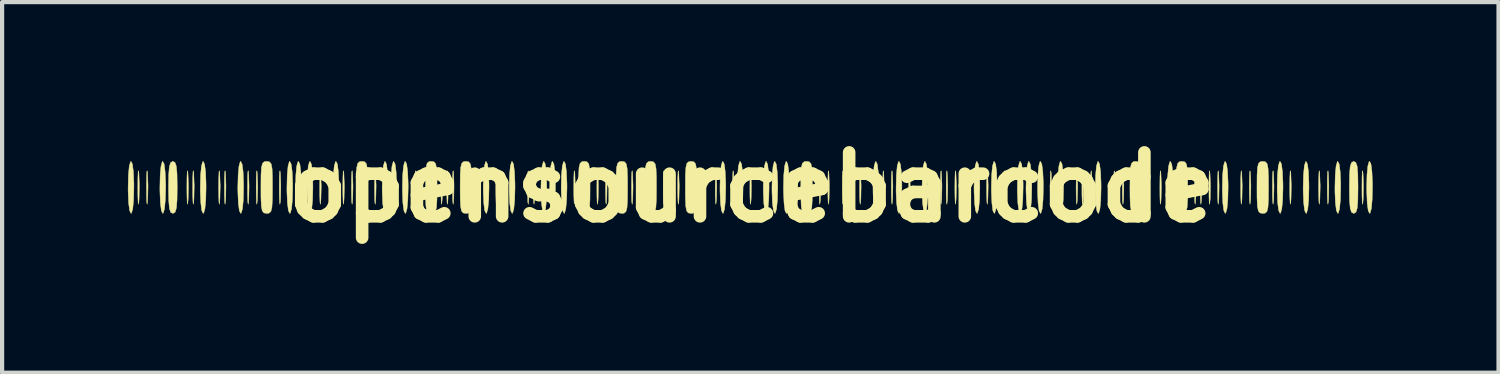
<source format=kicad_pcb>
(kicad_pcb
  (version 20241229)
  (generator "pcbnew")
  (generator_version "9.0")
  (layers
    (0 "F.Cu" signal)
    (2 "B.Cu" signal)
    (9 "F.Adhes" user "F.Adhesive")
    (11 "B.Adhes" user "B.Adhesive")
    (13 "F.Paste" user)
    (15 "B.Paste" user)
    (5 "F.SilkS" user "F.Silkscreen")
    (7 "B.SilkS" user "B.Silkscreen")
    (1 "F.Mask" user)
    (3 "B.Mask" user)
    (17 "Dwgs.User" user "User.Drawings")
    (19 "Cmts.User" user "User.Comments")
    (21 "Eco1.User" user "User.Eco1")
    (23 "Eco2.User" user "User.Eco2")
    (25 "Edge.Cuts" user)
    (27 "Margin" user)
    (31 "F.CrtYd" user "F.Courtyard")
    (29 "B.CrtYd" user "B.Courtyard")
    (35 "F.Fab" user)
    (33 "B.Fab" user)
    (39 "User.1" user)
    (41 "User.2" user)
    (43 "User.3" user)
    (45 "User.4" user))
  (footprint "opensourcebarcode"
    (layer "F.Cu")
    (at 14.873 1.418)
    (property "Reference" "opensourcebarcode" (at 0 0 0) (layer "F.SilkS") (effects (font (size 1.524 1.524) (thickness 0.3))))
    (attr through_hole)
    (fp_poly (pts (xy -14.611 -0.327) (xy -14.601 -0.038) (xy -14.607 0.265) (xy -14.611 0.327) (xy -14.622 0.403) (xy -14.63 0.354) (xy -14.636 0.194) (xy -14.637 0) (xy -14.635 -0.239) (xy -14.629 -0.376) (xy -14.62 -0.397) (xy -14.611 -0.327)) (stroke (width 0.01) (type solid)) (fill yes) (layer "F.SilkS"))
    (fp_poly (pts (xy -14.405 -0.327) (xy -14.394 -0.038) (xy -14.401 0.265) (xy -14.405 0.327) (xy -14.415 0.403) (xy -14.424 0.354) (xy -14.429 0.194) (xy -14.43 0) (xy -14.428 -0.239) (xy -14.422 -0.376) (xy -14.413 -0.397) (xy -14.405 -0.327)) (stroke (width 0.01) (type solid)) (fill yes) (layer "F.SilkS"))
    (fp_poly (pts (xy -13.441 -0.327) (xy -13.43 -0.038) (xy -13.437 0.265) (xy -13.441 0.327) (xy -13.452 0.403) (xy -13.46 0.354) (xy -13.465 0.194) (xy -13.467 0) (xy -13.465 -0.239) (xy -13.458 -0.376) (xy -13.449 -0.397) (xy -13.441 -0.327)) (stroke (width 0.01) (type solid)) (fill yes) (layer "F.SilkS"))
    (fp_poly (pts (xy -13.303 -0.327) (xy -13.293 -0.038) (xy -13.299 0.265) (xy -13.303 0.327) (xy -13.314 0.403) (xy -13.322 0.354) (xy -13.328 0.194) (xy -13.329 0) (xy -13.327 -0.239) (xy -13.321 -0.376) (xy -13.312 -0.397) (xy -13.303 -0.327)) (stroke (width 0.01) (type solid)) (fill yes) (layer "F.SilkS"))
    (fp_poly (pts (xy -12.684 -0.327) (xy -12.673 -0.038) (xy -12.68 0.265) (xy -12.684 0.327) (xy -12.694 0.403) (xy -12.703 0.354) (xy -12.708 0.194) (xy -12.71 0) (xy -12.707 -0.239) (xy -12.701 -0.376) (xy -12.692 -0.397) (xy -12.684 -0.327)) (stroke (width 0.01) (type solid)) (fill yes) (layer "F.SilkS"))
    (fp_poly (pts (xy -12.546 -0.327) (xy -12.536 -0.038) (xy -12.542 0.265) (xy -12.546 0.327) (xy -12.557 0.403) (xy -12.565 0.354) (xy -12.571 0.194) (xy -12.572 0) (xy -12.57 -0.239) (xy -12.564 -0.376) (xy -12.554 -0.397) (xy -12.546 -0.327)) (stroke (width 0.01) (type solid)) (fill yes) (layer "F.SilkS"))
    (fp_poly (pts (xy -11.995 -0.327) (xy -11.985 -0.038) (xy -11.991 0.265) (xy -11.995 0.327) (xy -12.006 0.403) (xy -12.014 0.354) (xy -12.02 0.194) (xy -12.021 0) (xy -12.019 -0.239) (xy -12.013 -0.376) (xy -12.004 -0.397) (xy -11.995 -0.327)) (stroke (width 0.01) (type solid)) (fill yes) (layer "F.SilkS"))
    (fp_poly (pts (xy -11.789 -0.327) (xy -11.778 -0.038) (xy -11.785 0.265) (xy -11.789 0.327) (xy -11.8 0.403) (xy -11.808 0.354) (xy -11.813 0.194) (xy -11.815 0) (xy -11.812 -0.239) (xy -11.806 -0.376) (xy -11.797 -0.397) (xy -11.789 -0.327)) (stroke (width 0.01) (type solid)) (fill yes) (layer "F.SilkS"))
    (fp_poly (pts (xy -11.238 -0.327) (xy -11.228 -0.038) (xy -11.234 0.265) (xy -11.238 0.327) (xy -11.249 0.403) (xy -11.257 0.354) (xy -11.263 0.194) (xy -11.264 0) (xy -11.262 -0.239) (xy -11.256 -0.376) (xy -11.247 -0.397) (xy -11.238 -0.327)) (stroke (width 0.01) (type solid)) (fill yes) (layer "F.SilkS"))
    (fp_poly (pts (xy -10.275 -0.327) (xy -10.264 -0.038) (xy -10.271 0.265) (xy -10.275 0.327) (xy -10.285 0.403) (xy -10.294 0.354) (xy -10.299 0.194) (xy -10.3 0) (xy -10.298 -0.239) (xy -10.292 -0.376) (xy -10.283 -0.397) (xy -10.275 -0.327)) (stroke (width 0.01) (type solid)) (fill yes) (layer "F.SilkS"))
    (fp_poly (pts (xy -9.724 -0.327) (xy -9.713 -0.038) (xy -9.72 0.265) (xy -9.724 0.327) (xy -9.734 0.403) (xy -9.743 0.354) (xy -9.748 0.194) (xy -9.75 0) (xy -9.747 -0.239) (xy -9.741 -0.376) (xy -9.732 -0.397) (xy -9.724 -0.327)) (stroke (width 0.01) (type solid)) (fill yes) (layer "F.SilkS"))
    (fp_poly (pts (xy -9.517 -0.327) (xy -9.507 -0.038) (xy -9.513 0.265) (xy -9.517 0.327) (xy -9.528 0.403) (xy -9.536 0.354) (xy -9.542 0.194) (xy -9.543 0) (xy -9.541 -0.239) (xy -9.535 -0.376) (xy -9.526 -0.397) (xy -9.517 -0.327)) (stroke (width 0.01) (type solid)) (fill yes) (layer "F.SilkS"))
    (fp_poly (pts (xy -8.967 -0.327) (xy -8.956 -0.038) (xy -8.963 0.265) (xy -8.967 0.327) (xy -8.977 0.403) (xy -8.986 0.354) (xy -8.991 0.194) (xy -8.993 0) (xy -8.99 -0.239) (xy -8.984 -0.376) (xy -8.975 -0.397) (xy -8.967 -0.327)) (stroke (width 0.01) (type solid)) (fill yes) (layer "F.SilkS"))
    (fp_poly (pts (xy -8.003 -0.327) (xy -7.993 -0.038) (xy -7.999 0.265) (xy -8.003 0.327) (xy -8.014 0.403) (xy -8.022 0.354) (xy -8.027 0.194) (xy -8.029 0) (xy -8.027 -0.239) (xy -8.02 -0.376) (xy -8.011 -0.397) (xy -8.003 -0.327)) (stroke (width 0.01) (type solid)) (fill yes) (layer "F.SilkS"))
    (fp_poly (pts (xy -7.384 -0.327) (xy -7.373 -0.038) (xy -7.379 0.265) (xy -7.384 0.327) (xy -7.394 0.403) (xy -7.403 0.354) (xy -7.408 0.194) (xy -7.409 0) (xy -7.407 -0.239) (xy -7.401 -0.376) (xy -7.392 -0.397) (xy -7.384 -0.327)) (stroke (width 0.01) (type solid)) (fill yes) (layer "F.SilkS"))
    (fp_poly (pts (xy -7.246 -0.327) (xy -7.235 -0.038) (xy -7.242 0.265) (xy -7.246 0.327) (xy -7.256 0.403) (xy -7.265 0.354) (xy -7.27 0.194) (xy -7.272 0) (xy -7.269 -0.239) (xy -7.263 -0.376) (xy -7.254 -0.397) (xy -7.246 -0.327)) (stroke (width 0.01) (type solid)) (fill yes) (layer "F.SilkS"))
    (fp_poly (pts (xy -7.108 -0.327) (xy -7.098 -0.038) (xy -7.104 0.265) (xy -7.108 0.327) (xy -7.119 0.403) (xy -7.127 0.354) (xy -7.133 0.194) (xy -7.134 0) (xy -7.132 -0.239) (xy -7.126 -0.376) (xy -7.117 -0.397) (xy -7.108 -0.327)) (stroke (width 0.01) (type solid)) (fill yes) (layer "F.SilkS"))
    (fp_poly (pts (xy -6.489 -0.327) (xy -6.478 -0.038) (xy -6.485 0.265) (xy -6.489 0.327) (xy -6.499 0.403) (xy -6.508 0.354) (xy -6.513 0.194) (xy -6.514 0) (xy -6.512 -0.239) (xy -6.506 -0.376) (xy -6.497 -0.397) (xy -6.489 -0.327)) (stroke (width 0.01) (type solid)) (fill yes) (layer "F.SilkS"))
    (fp_poly (pts (xy -6.076 -0.327) (xy -6.065 -0.038) (xy -6.072 0.265) (xy -6.076 0.327) (xy -6.086 0.403) (xy -6.095 0.354) (xy -6.1 0.194) (xy -6.101 0) (xy -6.099 -0.239) (xy -6.093 -0.376) (xy -6.084 -0.397) (xy -6.076 -0.327)) (stroke (width 0.01) (type solid)) (fill yes) (layer "F.SilkS"))
    (fp_poly (pts (xy -5.319 -0.327) (xy -5.308 -0.038) (xy -5.314 0.265) (xy -5.319 0.327) (xy -5.329 0.403) (xy -5.338 0.354) (xy -5.343 0.194) (xy -5.344 0) (xy -5.342 -0.239) (xy -5.336 -0.376) (xy -5.327 -0.397) (xy -5.319 -0.327)) (stroke (width 0.01) (type solid)) (fill yes) (layer "F.SilkS"))
    (fp_poly (pts (xy -5.181 -0.327) (xy -5.17 -0.038) (xy -5.177 0.265) (xy -5.181 0.327) (xy -5.191 0.403) (xy -5.2 0.354) (xy -5.205 0.194) (xy -5.207 0) (xy -5.204 -0.239) (xy -5.198 -0.376) (xy -5.189 -0.397) (xy -5.181 -0.327)) (stroke (width 0.01) (type solid)) (fill yes) (layer "F.SilkS"))
    (fp_poly (pts (xy -4.217 -0.327) (xy -4.207 -0.038) (xy -4.213 0.265) (xy -4.217 0.327) (xy -4.228 0.403) (xy -4.236 0.354) (xy -4.242 0.194) (xy -4.243 0) (xy -4.241 -0.239) (xy -4.235 -0.376) (xy -4.225 -0.397) (xy -4.217 -0.327)) (stroke (width 0.01) (type solid)) (fill yes) (layer "F.SilkS"))
    (fp_poly (pts (xy -3.666 -0.327) (xy -3.656 -0.038) (xy -3.662 0.265) (xy -3.666 0.327) (xy -3.677 0.403) (xy -3.686 0.354) (xy -3.691 0.194) (xy -3.692 0) (xy -3.69 -0.239) (xy -3.684 -0.376) (xy -3.675 -0.397) (xy -3.666 -0.327)) (stroke (width 0.01) (type solid)) (fill yes) (layer "F.SilkS"))
    (fp_poly (pts (xy -3.46 -0.327) (xy -3.449 -0.038) (xy -3.456 0.265) (xy -3.46 0.327) (xy -3.471 0.403) (xy -3.479 0.354) (xy -3.484 0.194) (xy -3.486 0) (xy -3.483 -0.239) (xy -3.477 -0.376) (xy -3.468 -0.397) (xy -3.46 -0.327)) (stroke (width 0.01) (type solid)) (fill yes) (layer "F.SilkS"))
    (fp_poly (pts (xy -2.84 -0.327) (xy -2.83 -0.038) (xy -2.836 0.265) (xy -2.84 0.327) (xy -2.851 0.403) (xy -2.859 0.354) (xy -2.865 0.194) (xy -2.866 0) (xy -2.864 -0.239) (xy -2.858 -0.376) (xy -2.849 -0.397) (xy -2.84 -0.327)) (stroke (width 0.01) (type solid)) (fill yes) (layer "F.SilkS"))
    (fp_poly (pts (xy -2.703 -0.327) (xy -2.692 -0.038) (xy -2.699 0.265) (xy -2.703 0.327) (xy -2.713 0.403) (xy -2.722 0.354) (xy -2.727 0.194) (xy -2.729 0) (xy -2.726 -0.239) (xy -2.72 -0.376) (xy -2.711 -0.397) (xy -2.703 -0.327)) (stroke (width 0.01) (type solid)) (fill yes) (layer "F.SilkS"))
    (fp_poly (pts (xy -2.083 -0.327) (xy -2.073 -0.038) (xy -2.079 0.265) (xy -2.083 0.327) (xy -2.094 0.403) (xy -2.102 0.354) (xy -2.108 0.194) (xy -2.109 0) (xy -2.107 -0.239) (xy -2.101 -0.376) (xy -2.092 -0.397) (xy -2.083 -0.327)) (stroke (width 0.01) (type solid)) (fill yes) (layer "F.SilkS"))
    (fp_poly (pts (xy -1.946 -0.327) (xy -1.935 -0.038) (xy -1.942 0.265) (xy -1.946 0.327) (xy -1.956 0.403) (xy -1.965 0.354) (xy -1.97 0.194) (xy -1.971 0) (xy -1.969 -0.239) (xy -1.963 -0.376) (xy -1.954 -0.397) (xy -1.946 -0.327)) (stroke (width 0.01) (type solid)) (fill yes) (layer "F.SilkS"))
    (fp_poly (pts (xy -1.739 -0.327) (xy -1.729 -0.038) (xy -1.735 0.265) (xy -1.739 0.327) (xy -1.75 0.403) (xy -1.758 0.354) (xy -1.763 0.194) (xy -1.765 0) (xy -1.763 -0.239) (xy -1.756 -0.376) (xy -1.747 -0.397) (xy -1.739 -0.327)) (stroke (width 0.01) (type solid)) (fill yes) (layer "F.SilkS"))
    (fp_poly (pts (xy -1.188 -0.327) (xy -1.178 -0.038) (xy -1.184 0.265) (xy -1.188 0.327) (xy -1.199 0.403) (xy -1.207 0.354) (xy -1.213 0.194) (xy -1.214 0) (xy -1.212 -0.239) (xy -1.206 -0.376) (xy -1.197 -0.397) (xy -1.188 -0.327)) (stroke (width 0.01) (type solid)) (fill yes) (layer "F.SilkS"))
    (fp_poly (pts (xy -0.844 -0.327) (xy -0.834 -0.038) (xy -0.84 0.265) (xy -0.844 0.327) (xy -0.855 0.403) (xy -0.863 0.354) (xy -0.869 0.194) (xy -0.87 0) (xy -0.868 -0.239) (xy -0.862 -0.376) (xy -0.853 -0.397) (xy -0.844 -0.327)) (stroke (width 0.01) (type solid)) (fill yes) (layer "F.SilkS"))
    (fp_poly (pts (xy -0.431 -0.327) (xy -0.421 -0.038) (xy -0.427 0.265) (xy -0.431 0.327) (xy -0.442 0.403) (xy -0.45 0.354) (xy -0.456 0.194) (xy -0.457 0) (xy -0.455 -0.239) (xy -0.449 -0.376) (xy -0.44 -0.397) (xy -0.431 -0.327)) (stroke (width 0.01) (type solid)) (fill yes) (layer "F.SilkS"))
    (fp_poly (pts (xy -0.018 -0.327) (xy -0.008 -0.038) (xy -0.014 0.265) (xy -0.018 0.327) (xy -0.029 0.403) (xy -0.037 0.354) (xy -0.043 0.194) (xy -0.044 0) (xy -0.042 -0.239) (xy -0.036 -0.376) (xy -0.027 -0.397) (xy -0.018 -0.327)) (stroke (width 0.01) (type solid)) (fill yes) (layer "F.SilkS"))
    (fp_poly (pts (xy 1.083 -0.327) (xy 1.094 -0.038) (xy 1.087 0.265) (xy 1.083 0.327) (xy 1.073 0.403) (xy 1.064 0.354) (xy 1.059 0.194) (xy 1.057 0) (xy 1.06 -0.239) (xy 1.066 -0.376) (xy 1.075 -0.397) (xy 1.083 -0.327)) (stroke (width 0.01) (type solid)) (fill yes) (layer "F.SilkS"))
    (fp_poly (pts (xy 1.634 -0.327) (xy 1.644 -0.038) (xy 1.638 0.265) (xy 1.634 0.327) (xy 1.623 0.403) (xy 1.615 0.354) (xy 1.609 0.194) (xy 1.608 0) (xy 1.61 -0.239) (xy 1.616 -0.376) (xy 1.625 -0.397) (xy 1.634 -0.327)) (stroke (width 0.01) (type solid)) (fill yes) (layer "F.SilkS"))
    (fp_poly (pts (xy 1.84 -0.327) (xy 1.851 -0.038) (xy 1.844 0.265) (xy 1.84 0.327) (xy 1.83 0.403) (xy 1.821 0.354) (xy 1.816 0.194) (xy 1.815 0) (xy 1.817 -0.239) (xy 1.823 -0.376) (xy 1.832 -0.397) (xy 1.84 -0.327)) (stroke (width 0.01) (type solid)) (fill yes) (layer "F.SilkS"))
    (fp_poly (pts (xy 2.184 -0.327) (xy 2.195 -0.038) (xy 2.189 0.265) (xy 2.184 0.327) (xy 2.174 0.403) (xy 2.165 0.354) (xy 2.16 0.194) (xy 2.159 0) (xy 2.161 -0.239) (xy 2.167 -0.376) (xy 2.176 -0.397) (xy 2.184 -0.327)) (stroke (width 0.01) (type solid)) (fill yes) (layer "F.SilkS"))
    (fp_poly (pts (xy 2.597 -0.327) (xy 2.608 -0.038) (xy 2.602 0.265) (xy 2.597 0.327) (xy 2.587 0.403) (xy 2.578 0.354) (xy 2.573 0.194) (xy 2.572 0) (xy 2.574 -0.239) (xy 2.58 -0.376) (xy 2.589 -0.397) (xy 2.597 -0.327)) (stroke (width 0.01) (type solid)) (fill yes) (layer "F.SilkS"))
    (fp_poly (pts (xy 3.148 -0.327) (xy 3.159 -0.038) (xy 3.152 0.265) (xy 3.148 0.327) (xy 3.138 0.403) (xy 3.129 0.354) (xy 3.124 0.194) (xy 3.122 0) (xy 3.125 -0.239) (xy 3.131 -0.376) (xy 3.14 -0.397) (xy 3.148 -0.327)) (stroke (width 0.01) (type solid)) (fill yes) (layer "F.SilkS"))
    (fp_poly (pts (xy 3.355 -0.327) (xy 3.365 -0.038) (xy 3.359 0.265) (xy 3.355 0.327) (xy 3.344 0.403) (xy 3.336 0.354) (xy 3.33 0.194) (xy 3.329 0) (xy 3.331 -0.239) (xy 3.337 -0.376) (xy 3.346 -0.397) (xy 3.355 -0.327)) (stroke (width 0.01) (type solid)) (fill yes) (layer "F.SilkS"))
    (fp_poly (pts (xy 3.768 -0.327) (xy 3.778 -0.038) (xy 3.772 0.265) (xy 3.768 0.327) (xy 3.757 0.403) (xy 3.749 0.354) (xy 3.743 0.194) (xy 3.742 0) (xy 3.744 -0.239) (xy 3.75 -0.376) (xy 3.759 -0.397) (xy 3.768 -0.327)) (stroke (width 0.01) (type solid)) (fill yes) (layer "F.SilkS"))
    (fp_poly (pts (xy 4.525 -0.327) (xy 4.535 -0.038) (xy 4.529 0.265) (xy 4.525 0.327) (xy 4.514 0.403) (xy 4.506 0.354) (xy 4.5 0.194) (xy 4.499 0) (xy 4.501 -0.239) (xy 4.507 -0.376) (xy 4.517 -0.397) (xy 4.525 -0.327)) (stroke (width 0.01) (type solid)) (fill yes) (layer "F.SilkS"))
    (fp_poly (pts (xy 4.663 -0.327) (xy 4.673 -0.038) (xy 4.667 0.265) (xy 4.663 0.327) (xy 4.652 0.403) (xy 4.643 0.354) (xy 4.638 0.194) (xy 4.637 0) (xy 4.639 -0.239) (xy 4.645 -0.376) (xy 4.654 -0.397) (xy 4.663 -0.327)) (stroke (width 0.01) (type solid)) (fill yes) (layer "F.SilkS"))
    (fp_poly (pts (xy 4.869 -0.327) (xy 4.88 -0.038) (xy 4.873 0.265) (xy 4.869 0.327) (xy 4.858 0.403) (xy 4.85 0.354) (xy 4.845 0.194) (xy 4.843 0) (xy 4.846 -0.239) (xy 4.852 -0.376) (xy 4.861 -0.397) (xy 4.869 -0.327)) (stroke (width 0.01) (type solid)) (fill yes) (layer "F.SilkS"))
    (fp_poly (pts (xy 5.213 -0.327) (xy 5.224 -0.038) (xy 5.217 0.265) (xy 5.213 0.327) (xy 5.203 0.403) (xy 5.194 0.354) (xy 5.189 0.194) (xy 5.187 0) (xy 5.19 -0.239) (xy 5.196 -0.376) (xy 5.205 -0.397) (xy 5.213 -0.327)) (stroke (width 0.01) (type solid)) (fill yes) (layer "F.SilkS"))
    (fp_poly (pts (xy 5.626 -0.327) (xy 5.637 -0.038) (xy 5.63 0.265) (xy 5.626 0.327) (xy 5.616 0.403) (xy 5.607 0.354) (xy 5.602 0.194) (xy 5.6 0) (xy 5.603 -0.239) (xy 5.609 -0.376) (xy 5.618 -0.397) (xy 5.626 -0.327)) (stroke (width 0.01) (type solid)) (fill yes) (layer "F.SilkS"))
    (fp_poly (pts (xy 6.039 -0.327) (xy 6.05 -0.038) (xy 6.043 0.265) (xy 6.039 0.327) (xy 6.029 0.403) (xy 6.02 0.354) (xy 6.015 0.194) (xy 6.013 0) (xy 6.016 -0.239) (xy 6.022 -0.376) (xy 6.031 -0.397) (xy 6.039 -0.327)) (stroke (width 0.01) (type solid)) (fill yes) (layer "F.SilkS"))
    (fp_poly (pts (xy 7.141 -0.327) (xy 7.151 -0.038) (xy 7.145 0.265) (xy 7.141 0.327) (xy 7.13 0.403) (xy 7.122 0.354) (xy 7.116 0.194) (xy 7.115 0) (xy 7.117 -0.239) (xy 7.123 -0.376) (xy 7.132 -0.397) (xy 7.141 -0.327)) (stroke (width 0.01) (type solid)) (fill yes) (layer "F.SilkS"))
    (fp_poly (pts (xy 7.76 -0.327) (xy 7.771 -0.038) (xy 7.764 0.265) (xy 7.76 0.327) (xy 7.75 0.403) (xy 7.741 0.354) (xy 7.736 0.194) (xy 7.734 0) (xy 7.737 -0.239) (xy 7.743 -0.376) (xy 7.752 -0.397) (xy 7.76 -0.327)) (stroke (width 0.01) (type solid)) (fill yes) (layer "F.SilkS"))
    (fp_poly (pts (xy 7.898 -0.327) (xy 7.908 -0.038) (xy 7.902 0.265) (xy 7.898 0.327) (xy 7.887 0.403) (xy 7.879 0.354) (xy 7.873 0.194) (xy 7.872 0) (xy 7.874 -0.239) (xy 7.88 -0.376) (xy 7.889 -0.397) (xy 7.898 -0.327)) (stroke (width 0.01) (type solid)) (fill yes) (layer "F.SilkS"))
    (fp_poly (pts (xy 8.104 -0.327) (xy 8.115 -0.038) (xy 8.108 0.265) (xy 8.104 0.327) (xy 8.094 0.403) (xy 8.085 0.354) (xy 8.08 0.194) (xy 8.078 0) (xy 8.081 -0.239) (xy 8.087 -0.376) (xy 8.096 -0.397) (xy 8.104 -0.327)) (stroke (width 0.01) (type solid)) (fill yes) (layer "F.SilkS"))
    (fp_poly (pts (xy 8.655 -0.327) (xy 8.665 -0.038) (xy 8.659 0.265) (xy 8.655 0.327) (xy 8.644 0.403) (xy 8.636 0.354) (xy 8.631 0.194) (xy 8.629 0) (xy 8.631 -0.239) (xy 8.638 -0.376) (xy 8.647 -0.397) (xy 8.655 -0.327)) (stroke (width 0.01) (type solid)) (fill yes) (layer "F.SilkS"))
    (fp_poly (pts (xy 8.861 -0.327) (xy 8.872 -0.038) (xy 8.866 0.265) (xy 8.861 0.327) (xy 8.851 0.403) (xy 8.842 0.354) (xy 8.837 0.194) (xy 8.836 0) (xy 8.838 -0.239) (xy 8.844 -0.376) (xy 8.853 -0.397) (xy 8.861 -0.327)) (stroke (width 0.01) (type solid)) (fill yes) (layer "F.SilkS"))
    (fp_poly (pts (xy 9.412 -0.327) (xy 9.423 -0.038) (xy 9.416 0.265) (xy 9.412 0.327) (xy 9.402 0.403) (xy 9.393 0.354) (xy 9.388 0.194) (xy 9.386 0) (xy 9.389 -0.239) (xy 9.395 -0.376) (xy 9.404 -0.397) (xy 9.412 -0.327)) (stroke (width 0.01) (type solid)) (fill yes) (layer "F.SilkS"))
    (fp_poly (pts (xy 9.756 -0.327) (xy 9.767 -0.038) (xy 9.76 0.265) (xy 9.756 0.327) (xy 9.746 0.403) (xy 9.737 0.354) (xy 9.732 0.194) (xy 9.731 0) (xy 9.733 -0.239) (xy 9.739 -0.376) (xy 9.748 -0.397) (xy 9.756 -0.327)) (stroke (width 0.01) (type solid)) (fill yes) (layer "F.SilkS"))
    (fp_poly (pts (xy 10.582 -0.327) (xy 10.593 -0.038) (xy 10.586 0.265) (xy 10.582 0.327) (xy 10.572 0.403) (xy 10.563 0.354) (xy 10.558 0.194) (xy 10.557 0) (xy 10.559 -0.239) (xy 10.565 -0.376) (xy 10.574 -0.397) (xy 10.582 -0.327)) (stroke (width 0.01) (type solid)) (fill yes) (layer "F.SilkS"))
    (fp_poly (pts (xy 10.72 -0.327) (xy 10.73 -0.038) (xy 10.724 0.265) (xy 10.72 0.327) (xy 10.709 0.403) (xy 10.701 0.354) (xy 10.696 0.194) (xy 10.694 0) (xy 10.696 -0.239) (xy 10.703 -0.376) (xy 10.712 -0.397) (xy 10.72 -0.327)) (stroke (width 0.01) (type solid)) (fill yes) (layer "F.SilkS"))
    (fp_poly (pts (xy 10.926 -0.327) (xy 10.937 -0.038) (xy 10.931 0.265) (xy 10.926 0.327) (xy 10.916 0.403) (xy 10.907 0.354) (xy 10.902 0.194) (xy 10.901 0) (xy 10.903 -0.239) (xy 10.909 -0.376) (xy 10.918 -0.397) (xy 10.926 -0.327)) (stroke (width 0.01) (type solid)) (fill yes) (layer "F.SilkS"))
    (fp_poly (pts (xy 11.133 -0.327) (xy 11.143 -0.038) (xy 11.137 0.265) (xy 11.133 0.327) (xy 11.122 0.403) (xy 11.114 0.354) (xy 11.109 0.194) (xy 11.107 0) (xy 11.109 -0.239) (xy 11.116 -0.376) (xy 11.125 -0.397) (xy 11.133 -0.327)) (stroke (width 0.01) (type solid)) (fill yes) (layer "F.SilkS"))
    (fp_poly (pts (xy 11.684 -0.327) (xy 11.694 -0.038) (xy 11.688 0.265) (xy 11.684 0.327) (xy 11.673 0.403) (xy 11.665 0.354) (xy 11.659 0.194) (xy 11.658 0) (xy 11.66 -0.239) (xy 11.666 -0.376) (xy 11.675 -0.397) (xy 11.684 -0.327)) (stroke (width 0.01) (type solid)) (fill yes) (layer "F.SilkS"))
    (fp_poly (pts (xy 11.89 -0.327) (xy 11.901 -0.038) (xy 11.894 0.265) (xy 11.89 0.327) (xy 11.88 0.403) (xy 11.871 0.354) (xy 11.866 0.194) (xy 11.864 0) (xy 11.867 -0.239) (xy 11.873 -0.376) (xy 11.882 -0.397) (xy 11.89 -0.327)) (stroke (width 0.01) (type solid)) (fill yes) (layer "F.SilkS"))
    (fp_poly (pts (xy 12.441 -0.327) (xy 12.451 -0.038) (xy 12.445 0.265) (xy 12.441 0.327) (xy 12.43 0.403) (xy 12.422 0.354) (xy 12.416 0.194) (xy 12.415 0) (xy 12.417 -0.239) (xy 12.423 -0.376) (xy 12.433 -0.397) (xy 12.441 -0.327)) (stroke (width 0.01) (type solid)) (fill yes) (layer "F.SilkS"))
    (fp_poly (pts (xy 12.854 -0.327) (xy 12.864 -0.038) (xy 12.858 0.265) (xy 12.854 0.327) (xy 12.843 0.403) (xy 12.835 0.354) (xy 12.829 0.194) (xy 12.828 0) (xy 12.83 -0.239) (xy 12.836 -0.376) (xy 12.846 -0.397) (xy 12.854 -0.327)) (stroke (width 0.01) (type solid)) (fill yes) (layer "F.SilkS"))
    (fp_poly (pts (xy 13.542 -0.327) (xy 13.553 -0.038) (xy 13.546 0.265) (xy 13.542 0.327) (xy 13.532 0.403) (xy 13.523 0.354) (xy 13.518 0.194) (xy 13.516 0) (xy 13.519 -0.239) (xy 13.525 -0.376) (xy 13.534 -0.397) (xy 13.542 -0.327)) (stroke (width 0.01) (type solid)) (fill yes) (layer "F.SilkS"))
    (fp_poly (pts (xy 13.749 -0.327) (xy 13.759 -0.038) (xy 13.753 0.265) (xy 13.749 0.327) (xy 13.738 0.403) (xy 13.73 0.354) (xy 13.724 0.194) (xy 13.723 0) (xy 13.725 -0.239) (xy 13.731 -0.376) (xy 13.74 -0.397) (xy 13.749 -0.327)) (stroke (width 0.01) (type solid)) (fill yes) (layer "F.SilkS"))
    (fp_poly (pts (xy 14.575 -0.327) (xy 14.585 -0.038) (xy 14.579 0.265) (xy 14.575 0.327) (xy 14.564 0.403) (xy 14.556 0.354) (xy 14.55 0.194) (xy 14.549 0) (xy 14.551 -0.239) (xy 14.557 -0.376) (xy 14.566 -0.397) (xy 14.575 -0.327)) (stroke (width 0.01) (type solid)) (fill yes) (layer "F.SilkS"))
    (fp_poly (pts (xy -14.766 -0.555) (xy -14.743 -0.375) (xy -14.731 -0.102) (xy -14.731 0) (xy -14.738 0.297) (xy -14.758 0.509) (xy -14.788 0.613) (xy -14.799 0.62) (xy -14.832 0.555) (xy -14.856 0.375) (xy -14.868 0.102) (xy -14.868 0) (xy -14.861 -0.297) (xy -14.841 -0.509) (xy -14.811 -0.613) (xy -14.799 -0.62) (xy -14.766 -0.555)) (stroke (width 0.01) (type solid)) (fill yes) (layer "F.SilkS"))
    (fp_poly (pts (xy -14.009 -0.555) (xy -13.986 -0.375) (xy -13.974 -0.102) (xy -13.973 0) (xy -13.981 0.297) (xy -14.001 0.509) (xy -14.031 0.613) (xy -14.042 0.62) (xy -14.075 0.555) (xy -14.099 0.375) (xy -14.11 0.102) (xy -14.111 0) (xy -14.104 -0.297) (xy -14.084 -0.509) (xy -14.054 -0.613) (xy -14.042 -0.62) (xy -14.009 -0.555)) (stroke (width 0.01) (type solid)) (fill yes) (layer "F.SilkS"))
    (fp_poly (pts (xy -13.046 -0.555) (xy -13.022 -0.375) (xy -13.011 -0.102) (xy -13.01 0) (xy -13.017 0.297) (xy -13.037 0.509) (xy -13.067 0.613) (xy -13.079 0.62) (xy -13.112 0.555) (xy -13.135 0.375) (xy -13.147 0.102) (xy -13.147 0) (xy -13.14 -0.297) (xy -13.12 -0.509) (xy -13.09 -0.613) (xy -13.079 -0.62) (xy -13.046 -0.555)) (stroke (width 0.01) (type solid)) (fill yes) (layer "F.SilkS"))
    (fp_poly (pts (xy -12.151 -0.555) (xy -12.127 -0.375) (xy -12.116 -0.102) (xy -12.115 0) (xy -12.122 0.297) (xy -12.142 0.509) (xy -12.172 0.613) (xy -12.184 0.62) (xy -12.217 0.555) (xy -12.24 0.375) (xy -12.252 0.102) (xy -12.253 0) (xy -12.245 -0.297) (xy -12.225 -0.509) (xy -12.195 -0.613) (xy -12.184 -0.62) (xy -12.151 -0.555)) (stroke (width 0.01) (type solid)) (fill yes) (layer "F.SilkS"))
    (fp_poly (pts (xy -10.981 -0.555) (xy -10.957 -0.375) (xy -10.945 -0.102) (xy -10.945 0) (xy -10.952 0.297) (xy -10.972 0.509) (xy -11.002 0.613) (xy -11.014 0.62) (xy -11.047 0.555) (xy -11.07 0.375) (xy -11.082 0.102) (xy -11.082 0) (xy -11.075 -0.297) (xy -11.055 -0.509) (xy -11.025 -0.613) (xy -11.014 -0.62) (xy -10.981 -0.555)) (stroke (width 0.01) (type solid)) (fill yes) (layer "F.SilkS"))
    (fp_poly (pts (xy -10.774 -0.555) (xy -10.751 -0.375) (xy -10.739 -0.102) (xy -10.738 0) (xy -10.745 0.297) (xy -10.765 0.509) (xy -10.796 0.613) (xy -10.807 0.62) (xy -10.84 0.555) (xy -10.864 0.375) (xy -10.875 0.102) (xy -10.876 0) (xy -10.869 -0.297) (xy -10.849 -0.509) (xy -10.818 -0.613) (xy -10.807 -0.62) (xy -10.774 -0.555)) (stroke (width 0.01) (type solid)) (fill yes) (layer "F.SilkS"))
    (fp_poly (pts (xy -10.499 -0.555) (xy -10.475 -0.375) (xy -10.464 -0.102) (xy -10.463 0) (xy -10.47 0.297) (xy -10.49 0.509) (xy -10.52 0.613) (xy -10.532 0.62) (xy -10.565 0.555) (xy -10.588 0.375) (xy -10.6 0.102) (xy -10.601 0) (xy -10.593 -0.297) (xy -10.573 -0.509) (xy -10.543 -0.613) (xy -10.532 -0.62) (xy -10.499 -0.555)) (stroke (width 0.01) (type solid)) (fill yes) (layer "F.SilkS"))
    (fp_poly (pts (xy -9.879 -0.555) (xy -9.856 -0.375) (xy -9.844 -0.102) (xy -9.843 0) (xy -9.851 0.297) (xy -9.871 0.509) (xy -9.901 0.613) (xy -9.912 0.62) (xy -9.945 0.555) (xy -9.969 0.375) (xy -9.98 0.102) (xy -9.981 0) (xy -9.974 -0.297) (xy -9.954 -0.509) (xy -9.924 -0.613) (xy -9.912 -0.62) (xy -9.879 -0.555)) (stroke (width 0.01) (type solid)) (fill yes) (layer "F.SilkS"))
    (fp_poly (pts (xy -8.709 -0.555) (xy -8.685 -0.375) (xy -8.674 -0.102) (xy -8.673 0) (xy -8.68 0.297) (xy -8.7 0.509) (xy -8.731 0.613) (xy -8.742 0.62) (xy -8.775 0.555) (xy -8.799 0.375) (xy -8.81 0.102) (xy -8.811 0) (xy -8.804 -0.297) (xy -8.784 -0.509) (xy -8.753 -0.613) (xy -8.742 -0.62) (xy -8.709 -0.555)) (stroke (width 0.01) (type solid)) (fill yes) (layer "F.SilkS"))
    (fp_poly (pts (xy -8.503 -0.555) (xy -8.479 -0.375) (xy -8.467 -0.102) (xy -8.467 0) (xy -8.474 0.297) (xy -8.494 0.509) (xy -8.524 0.613) (xy -8.536 0.62) (xy -8.568 0.555) (xy -8.592 0.375) (xy -8.604 0.102) (xy -8.604 0) (xy -8.597 -0.297) (xy -8.577 -0.509) (xy -8.547 -0.613) (xy -8.536 -0.62) (xy -8.503 -0.555)) (stroke (width 0.01) (type solid)) (fill yes) (layer "F.SilkS"))
    (fp_poly (pts (xy -8.227 -0.555) (xy -8.204 -0.375) (xy -8.192 -0.102) (xy -8.191 0) (xy -8.199 0.297) (xy -8.219 0.509) (xy -8.249 0.613) (xy -8.26 0.62) (xy -8.293 0.555) (xy -8.317 0.375) (xy -8.328 0.102) (xy -8.329 0) (xy -8.322 -0.297) (xy -8.302 -0.509) (xy -8.272 -0.613) (xy -8.26 -0.62) (xy -8.227 -0.555)) (stroke (width 0.01) (type solid)) (fill yes) (layer "F.SilkS"))
    (fp_poly (pts (xy -6.3 -0.555) (xy -6.276 -0.375) (xy -6.265 -0.102) (xy -6.264 0) (xy -6.271 0.297) (xy -6.291 0.509) (xy -6.321 0.613) (xy -6.333 0.62) (xy -6.366 0.555) (xy -6.389 0.375) (xy -6.401 0.102) (xy -6.402 0) (xy -6.394 -0.297) (xy -6.374 -0.509) (xy -6.344 -0.613) (xy -6.333 -0.62) (xy -6.3 -0.555)) (stroke (width 0.01) (type solid)) (fill yes) (layer "F.SilkS"))
    (fp_poly (pts (xy -5.68 -0.555) (xy -5.657 -0.375) (xy -5.645 -0.102) (xy -5.644 0) (xy -5.652 0.297) (xy -5.672 0.509) (xy -5.702 0.613) (xy -5.713 0.62) (xy -5.746 0.555) (xy -5.77 0.375) (xy -5.781 0.102) (xy -5.782 0) (xy -5.775 -0.297) (xy -5.755 -0.509) (xy -5.725 -0.613) (xy -5.713 -0.62) (xy -5.68 -0.555)) (stroke (width 0.01) (type solid)) (fill yes) (layer "F.SilkS"))
    (fp_poly (pts (xy -4.923 -0.555) (xy -4.9 -0.375) (xy -4.888 -0.102) (xy -4.887 0) (xy -4.894 0.297) (xy -4.914 0.509) (xy -4.945 0.613) (xy -4.956 0.62) (xy -4.989 0.555) (xy -5.013 0.375) (xy -5.024 0.102) (xy -5.025 0) (xy -5.018 -0.297) (xy -4.998 -0.509) (xy -4.967 -0.613) (xy -4.956 -0.62) (xy -4.923 -0.555)) (stroke (width 0.01) (type solid)) (fill yes) (layer "F.SilkS"))
    (fp_poly (pts (xy -4.717 -0.555) (xy -4.693 -0.375) (xy -4.682 -0.102) (xy -4.681 0) (xy -4.688 0.297) (xy -4.708 0.509) (xy -4.738 0.613) (xy -4.75 0.62) (xy -4.783 0.555) (xy -4.806 0.375) (xy -4.818 0.102) (xy -4.818 0) (xy -4.811 -0.297) (xy -4.791 -0.509) (xy -4.761 -0.613) (xy -4.75 -0.62) (xy -4.717 -0.555)) (stroke (width 0.01) (type solid)) (fill yes) (layer "F.SilkS"))
    (fp_poly (pts (xy -4.441 -0.555) (xy -4.418 -0.375) (xy -4.406 -0.102) (xy -4.405 0) (xy -4.413 0.297) (xy -4.433 0.509) (xy -4.463 0.613) (xy -4.474 0.62) (xy -4.507 0.555) (xy -4.531 0.375) (xy -4.542 0.102) (xy -4.543 0) (xy -4.536 -0.297) (xy -4.516 -0.509) (xy -4.486 -0.613) (xy -4.474 -0.62) (xy -4.441 -0.555)) (stroke (width 0.01) (type solid)) (fill yes) (layer "F.SilkS"))
    (fp_poly (pts (xy -0.655 -0.555) (xy -0.632 -0.375) (xy -0.62 -0.102) (xy -0.62 0) (xy -0.627 0.297) (xy -0.647 0.509) (xy -0.677 0.613) (xy -0.688 0.62) (xy -0.721 0.555) (xy -0.745 0.375) (xy -0.756 0.102) (xy -0.757 0) (xy -0.75 -0.297) (xy -0.73 -0.509) (xy -0.7 -0.613) (xy -0.688 -0.62) (xy -0.655 -0.555)) (stroke (width 0.01) (type solid)) (fill yes) (layer "F.SilkS"))
    (fp_poly (pts (xy -0.242 -0.555) (xy -0.219 -0.375) (xy -0.207 -0.102) (xy -0.207 0) (xy -0.214 0.297) (xy -0.234 0.509) (xy -0.264 0.613) (xy -0.275 0.62) (xy -0.308 0.555) (xy -0.332 0.375) (xy -0.343 0.102) (xy -0.344 0) (xy -0.337 -0.297) (xy -0.317 -0.509) (xy -0.287 -0.613) (xy -0.275 -0.62) (xy -0.242 -0.555)) (stroke (width 0.01) (type solid)) (fill yes) (layer "F.SilkS"))
    (fp_poly (pts (xy 0.377 -0.555) (xy 0.401 -0.375) (xy 0.412 -0.102) (xy 0.413 0) (xy 0.406 0.297) (xy 0.386 0.509) (xy 0.356 0.613) (xy 0.344 0.62) (xy 0.311 0.555) (xy 0.288 0.375) (xy 0.276 0.102) (xy 0.275 0) (xy 0.283 -0.297) (xy 0.303 -0.509) (xy 0.333 -0.613) (xy 0.344 -0.62) (xy 0.377 -0.555)) (stroke (width 0.01) (type solid)) (fill yes) (layer "F.SilkS"))
    (fp_poly (pts (xy 0.584 -0.555) (xy 0.607 -0.375) (xy 0.619 -0.102) (xy 0.62 0) (xy 0.612 0.297) (xy 0.592 0.509) (xy 0.562 0.613) (xy 0.551 0.62) (xy 0.518 0.555) (xy 0.494 0.375) (xy 0.483 0.102) (xy 0.482 0) (xy 0.489 -0.297) (xy 0.509 -0.509) (xy 0.539 -0.613) (xy 0.551 -0.62) (xy 0.584 -0.555)) (stroke (width 0.01) (type solid)) (fill yes) (layer "F.SilkS"))
    (fp_poly (pts (xy 0.859 -0.555) (xy 0.883 -0.375) (xy 0.894 -0.102) (xy 0.895 0) (xy 0.888 0.297) (xy 0.868 0.509) (xy 0.837 0.613) (xy 0.826 0.62) (xy 0.793 0.555) (xy 0.77 0.375) (xy 0.758 0.102) (xy 0.757 0) (xy 0.764 -0.297) (xy 0.784 -0.509) (xy 0.815 -0.613) (xy 0.826 -0.62) (xy 0.859 -0.555)) (stroke (width 0.01) (type solid)) (fill yes) (layer "F.SilkS"))
    (fp_poly (pts (xy 2.373 -0.555) (xy 2.397 -0.375) (xy 2.408 -0.102) (xy 2.409 0) (xy 2.402 0.297) (xy 2.382 0.509) (xy 2.352 0.613) (xy 2.34 0.62) (xy 2.307 0.555) (xy 2.284 0.375) (xy 2.272 0.102) (xy 2.272 0) (xy 2.279 -0.297) (xy 2.299 -0.509) (xy 2.329 -0.613) (xy 2.34 -0.62) (xy 2.373 -0.555)) (stroke (width 0.01) (type solid)) (fill yes) (layer "F.SilkS"))
    (fp_poly (pts (xy 2.993 -0.555) (xy 3.016 -0.375) (xy 3.028 -0.102) (xy 3.029 0) (xy 3.022 0.297) (xy 3.002 0.509) (xy 2.971 0.613) (xy 2.96 0.62) (xy 2.927 0.555) (xy 2.903 0.375) (xy 2.892 0.102) (xy 2.891 0) (xy 2.898 -0.297) (xy 2.918 -0.509) (xy 2.949 -0.613) (xy 2.96 -0.62) (xy 2.993 -0.555)) (stroke (width 0.01) (type solid)) (fill yes) (layer "F.SilkS"))
    (fp_poly (pts (xy 3.544 -0.555) (xy 3.567 -0.375) (xy 3.579 -0.102) (xy 3.579 0) (xy 3.572 0.297) (xy 3.552 0.509) (xy 3.522 0.613) (xy 3.511 0.62) (xy 3.478 0.555) (xy 3.454 0.375) (xy 3.442 0.102) (xy 3.442 0) (xy 3.449 -0.297) (xy 3.469 -0.509) (xy 3.499 -0.613) (xy 3.511 -0.62) (xy 3.544 -0.555)) (stroke (width 0.01) (type solid)) (fill yes) (layer "F.SilkS"))
    (fp_poly (pts (xy 4.163 -0.555) (xy 4.187 -0.375) (xy 4.198 -0.102) (xy 4.199 0) (xy 4.192 0.297) (xy 4.172 0.509) (xy 4.141 0.613) (xy 4.13 0.62) (xy 4.097 0.555) (xy 4.074 0.375) (xy 4.062 0.102) (xy 4.061 0) (xy 4.068 -0.297) (xy 4.088 -0.509) (xy 4.119 -0.613) (xy 4.13 -0.62) (xy 4.163 -0.555)) (stroke (width 0.01) (type solid)) (fill yes) (layer "F.SilkS"))
    (fp_poly (pts (xy 5.402 -0.555) (xy 5.426 -0.375) (xy 5.437 -0.102) (xy 5.438 0) (xy 5.431 0.297) (xy 5.411 0.509) (xy 5.38 0.613) (xy 5.369 0.62) (xy 5.336 0.555) (xy 5.313 0.375) (xy 5.301 0.102) (xy 5.3 0) (xy 5.307 -0.297) (xy 5.327 -0.509) (xy 5.358 -0.613) (xy 5.369 -0.62) (xy 5.402 -0.555)) (stroke (width 0.01) (type solid)) (fill yes) (layer "F.SilkS"))
    (fp_poly (pts (xy 5.815 -0.555) (xy 5.839 -0.375) (xy 5.85 -0.102) (xy 5.851 0) (xy 5.844 0.297) (xy 5.824 0.509) (xy 5.793 0.613) (xy 5.782 0.62) (xy 5.749 0.555) (xy 5.726 0.375) (xy 5.714 0.102) (xy 5.713 0) (xy 5.72 -0.297) (xy 5.74 -0.509) (xy 5.771 -0.613) (xy 5.782 -0.62) (xy 5.815 -0.555)) (stroke (width 0.01) (type solid)) (fill yes) (layer "F.SilkS"))
    (fp_poly (pts (xy 6.435 -0.555) (xy 6.458 -0.375) (xy 6.47 -0.102) (xy 6.47 0) (xy 6.463 0.297) (xy 6.443 0.509) (xy 6.413 0.613) (xy 6.402 0.62) (xy 6.369 0.555) (xy 6.345 0.375) (xy 6.334 0.102) (xy 6.333 0) (xy 6.34 -0.297) (xy 6.36 -0.509) (xy 6.39 -0.613) (xy 6.402 -0.62) (xy 6.435 -0.555)) (stroke (width 0.01) (type solid)) (fill yes) (layer "F.SilkS"))
    (fp_poly (pts (xy 6.641 -0.555) (xy 6.665 -0.375) (xy 6.676 -0.102) (xy 6.677 0) (xy 6.67 0.297) (xy 6.65 0.509) (xy 6.62 0.613) (xy 6.608 0.62) (xy 6.575 0.555) (xy 6.552 0.375) (xy 6.54 0.102) (xy 6.539 0) (xy 6.547 -0.297) (xy 6.567 -0.509) (xy 6.597 -0.613) (xy 6.608 -0.62) (xy 6.641 -0.555)) (stroke (width 0.01) (type solid)) (fill yes) (layer "F.SilkS"))
    (fp_poly (pts (xy 6.916 -0.555) (xy 6.94 -0.375) (xy 6.952 -0.102) (xy 6.952 0) (xy 6.945 0.297) (xy 6.925 0.509) (xy 6.895 0.613) (xy 6.883 0.62) (xy 6.85 0.555) (xy 6.827 0.375) (xy 6.815 0.102) (xy 6.815 0) (xy 6.822 -0.297) (xy 6.842 -0.509) (xy 6.872 -0.613) (xy 6.883 -0.62) (xy 6.916 -0.555)) (stroke (width 0.01) (type solid)) (fill yes) (layer "F.SilkS"))
    (fp_poly (pts (xy 7.398 -0.555) (xy 7.422 -0.375) (xy 7.433 -0.102) (xy 7.434 0) (xy 7.427 0.297) (xy 7.407 0.509) (xy 7.377 0.613) (xy 7.365 0.62) (xy 7.332 0.555) (xy 7.309 0.375) (xy 7.297 0.102) (xy 7.296 0) (xy 7.304 -0.297) (xy 7.324 -0.509) (xy 7.354 -0.613) (xy 7.365 -0.62) (xy 7.398 -0.555)) (stroke (width 0.01) (type solid)) (fill yes) (layer "F.SilkS"))
    (fp_poly (pts (xy 8.293 -0.555) (xy 8.317 -0.375) (xy 8.328 -0.102) (xy 8.329 0) (xy 8.322 0.297) (xy 8.302 0.509) (xy 8.272 0.613) (xy 8.26 0.62) (xy 8.227 0.555) (xy 8.204 0.375) (xy 8.192 0.102) (xy 8.191 0) (xy 8.199 -0.297) (xy 8.219 -0.509) (xy 8.249 -0.613) (xy 8.26 -0.62) (xy 8.293 -0.555)) (stroke (width 0.01) (type solid)) (fill yes) (layer "F.SilkS"))
    (fp_poly (pts (xy 10.014 -0.555) (xy 10.038 -0.375) (xy 10.049 -0.102) (xy 10.05 0) (xy 10.043 0.297) (xy 10.023 0.509) (xy 9.992 0.613) (xy 9.981 0.62) (xy 9.948 0.555) (xy 9.925 0.375) (xy 9.913 0.102) (xy 9.912 0) (xy 9.919 -0.297) (xy 9.939 -0.509) (xy 9.97 -0.613) (xy 9.981 -0.62) (xy 10.014 -0.555)) (stroke (width 0.01) (type solid)) (fill yes) (layer "F.SilkS"))
    (fp_poly (pts (xy 11.322 -0.555) (xy 11.345 -0.375) (xy 11.357 -0.102) (xy 11.358 0) (xy 11.351 0.297) (xy 11.331 0.509) (xy 11.3 0.613) (xy 11.289 0.62) (xy 11.256 0.555) (xy 11.232 0.375) (xy 11.221 0.102) (xy 11.22 0) (xy 11.227 -0.297) (xy 11.247 -0.509) (xy 11.278 -0.613) (xy 11.289 -0.62) (xy 11.322 -0.555)) (stroke (width 0.01) (type solid)) (fill yes) (layer "F.SilkS"))
    (fp_poly (pts (xy 12.63 -0.555) (xy 12.653 -0.375) (xy 12.665 -0.102) (xy 12.666 0) (xy 12.658 0.297) (xy 12.638 0.509) (xy 12.608 0.613) (xy 12.597 0.62) (xy 12.564 0.555) (xy 12.54 0.375) (xy 12.529 0.102) (xy 12.528 0) (xy 12.535 -0.297) (xy 12.555 -0.509) (xy 12.585 -0.613) (xy 12.597 -0.62) (xy 12.63 -0.555)) (stroke (width 0.01) (type solid)) (fill yes) (layer "F.SilkS"))
    (fp_poly (pts (xy 13.249 -0.555) (xy 13.273 -0.375) (xy 13.284 -0.102) (xy 13.285 0) (xy 13.278 0.297) (xy 13.258 0.509) (xy 13.228 0.613) (xy 13.216 0.62) (xy 13.183 0.555) (xy 13.16 0.375) (xy 13.148 0.102) (xy 13.147 0) (xy 13.155 -0.297) (xy 13.175 -0.509) (xy 13.205 -0.613) (xy 13.216 -0.62) (xy 13.249 -0.555)) (stroke (width 0.01) (type solid)) (fill yes) (layer "F.SilkS"))
    (fp_poly (pts (xy 14.006 -0.555) (xy 14.03 -0.375) (xy 14.042 -0.102) (xy 14.042 0) (xy 14.035 0.297) (xy 14.015 0.509) (xy 13.985 0.613) (xy 13.973 0.62) (xy 13.94 0.555) (xy 13.917 0.375) (xy 13.905 0.102) (xy 13.905 0) (xy 13.912 -0.297) (xy 13.932 -0.509) (xy 13.962 -0.613) (xy 13.973 -0.62) (xy 14.006 -0.555)) (stroke (width 0.01) (type solid)) (fill yes) (layer "F.SilkS"))
    (fp_poly (pts (xy 14.764 -0.555) (xy 14.787 -0.375) (xy 14.799 -0.102) (xy 14.799 0) (xy 14.792 0.297) (xy 14.772 0.509) (xy 14.742 0.613) (xy 14.731 0.62) (xy 14.698 0.555) (xy 14.674 0.375) (xy 14.663 0.102) (xy 14.662 0) (xy 14.669 -0.297) (xy 14.689 -0.509) (xy 14.719 -0.613) (xy 14.731 -0.62) (xy 14.764 -0.555)) (stroke (width 0.01) (type solid)) (fill yes) (layer "F.SilkS"))
    (fp_poly (pts (xy -13.751 -0.595) (xy -13.72 -0.507) (xy -13.703 -0.332) (xy -13.698 -0.045) (xy -13.698 0) (xy -13.702 0.302) (xy -13.717 0.49) (xy -13.746 0.588) (xy -13.794 0.619) (xy -13.801 0.62) (xy -13.852 0.595) (xy -13.883 0.507) (xy -13.899 0.332) (xy -13.905 0.045) (xy -13.905 0) (xy -13.901 -0.302) (xy -13.886 -0.49) (xy -13.857 -0.588) (xy -13.809 -0.619) (xy -13.801 -0.62) (xy -13.751 -0.595)) (stroke (width 0.01) (type solid)) (fill yes) (layer "F.SilkS"))
    (fp_poly (pts (xy -11.499 -0.609) (xy -11.458 -0.561) (xy -11.436 -0.448) (xy -11.428 -0.244) (xy -11.427 0) (xy -11.429 0.294) (xy -11.44 0.477) (xy -11.465 0.575) (xy -11.51 0.614) (xy -11.564 0.62) (xy -11.63 0.609) (xy -11.67 0.561) (xy -11.692 0.448) (xy -11.701 0.244) (xy -11.702 0) (xy -11.7 -0.294) (xy -11.689 -0.477) (xy -11.664 -0.575) (xy -11.619 -0.614) (xy -11.564 -0.62) (xy -11.499 -0.609)) (stroke (width 0.01) (type solid)) (fill yes) (layer "F.SilkS"))
    (fp_poly (pts (xy -9.227 -0.609) (xy -9.187 -0.561) (xy -9.165 -0.448) (xy -9.156 -0.244) (xy -9.155 0) (xy -9.157 0.294) (xy -9.168 0.477) (xy -9.193 0.575) (xy -9.238 0.614) (xy -9.293 0.62) (xy -9.358 0.609) (xy -9.399 0.561) (xy -9.42 0.448) (xy -9.429 0.244) (xy -9.43 0) (xy -9.428 -0.294) (xy -9.417 -0.477) (xy -9.392 -0.575) (xy -9.347 -0.614) (xy -9.293 -0.62) (xy -9.227 -0.609)) (stroke (width 0.01) (type solid)) (fill yes) (layer "F.SilkS"))
    (fp_poly (pts (xy -7.575 -0.609) (xy -7.535 -0.561) (xy -7.513 -0.448) (xy -7.504 -0.244) (xy -7.503 0) (xy -7.505 0.294) (xy -7.516 0.477) (xy -7.541 0.575) (xy -7.586 0.614) (xy -7.641 0.62) (xy -7.706 0.609) (xy -7.747 0.561) (xy -7.768 0.448) (xy -7.777 0.244) (xy -7.778 0) (xy -7.776 -0.294) (xy -7.765 -0.477) (xy -7.74 -0.575) (xy -7.695 -0.614) (xy -7.641 -0.62) (xy -7.575 -0.609)) (stroke (width 0.01) (type solid)) (fill yes) (layer "F.SilkS"))
    (fp_poly (pts (xy -6.749 -0.609) (xy -6.709 -0.561) (xy -6.687 -0.448) (xy -6.678 -0.244) (xy -6.677 0) (xy -6.679 0.294) (xy -6.69 0.477) (xy -6.715 0.575) (xy -6.76 0.614) (xy -6.815 0.62) (xy -6.88 0.609) (xy -6.921 0.561) (xy -6.942 0.448) (xy -6.951 0.244) (xy -6.952 0) (xy -6.95 -0.294) (xy -6.939 -0.477) (xy -6.914 -0.575) (xy -6.869 -0.614) (xy -6.815 -0.62) (xy -6.749 -0.609)) (stroke (width 0.01) (type solid)) (fill yes) (layer "F.SilkS"))
    (fp_poly (pts (xy -3.927 -0.609) (xy -3.886 -0.561) (xy -3.865 -0.448) (xy -3.856 -0.244) (xy -3.855 0) (xy -3.857 0.294) (xy -3.868 0.477) (xy -3.893 0.575) (xy -3.938 0.614) (xy -3.992 0.62) (xy -4.058 0.609) (xy -4.098 0.561) (xy -4.12 0.448) (xy -4.129 0.244) (xy -4.13 0) (xy -4.128 -0.294) (xy -4.117 -0.477) (xy -4.092 -0.575) (xy -4.047 -0.614) (xy -3.992 -0.62) (xy -3.927 -0.609)) (stroke (width 0.01) (type solid)) (fill yes) (layer "F.SilkS"))
    (fp_poly (pts (xy -3.032 -0.609) (xy -2.992 -0.561) (xy -2.97 -0.448) (xy -2.961 -0.244) (xy -2.96 0) (xy -2.962 0.294) (xy -2.973 0.477) (xy -2.998 0.575) (xy -3.043 0.614) (xy -3.098 0.62) (xy -3.163 0.609) (xy -3.204 0.561) (xy -3.225 0.448) (xy -3.234 0.244) (xy -3.235 0) (xy -3.233 -0.294) (xy -3.222 -0.477) (xy -3.197 -0.575) (xy -3.152 -0.614) (xy -3.098 -0.62) (xy -3.032 -0.609)) (stroke (width 0.01) (type solid)) (fill yes) (layer "F.SilkS"))
    (fp_poly (pts (xy -2.344 -0.609) (xy -2.303 -0.561) (xy -2.281 -0.448) (xy -2.273 -0.244) (xy -2.272 0) (xy -2.274 0.294) (xy -2.285 0.477) (xy -2.31 0.575) (xy -2.355 0.614) (xy -2.409 0.62) (xy -2.475 0.609) (xy -2.515 0.561) (xy -2.537 0.448) (xy -2.546 0.244) (xy -2.547 0) (xy -2.545 -0.294) (xy -2.534 -0.477) (xy -2.509 -0.575) (xy -2.463 -0.614) (xy -2.409 -0.62) (xy -2.344 -0.609)) (stroke (width 0.01) (type solid)) (fill yes) (layer "F.SilkS"))
    (fp_poly (pts (xy -1.38 -0.609) (xy -1.339 -0.561) (xy -1.318 -0.448) (xy -1.309 -0.244) (xy -1.308 0) (xy -1.31 0.294) (xy -1.321 0.477) (xy -1.346 0.575) (xy -1.391 0.614) (xy -1.446 0.62) (xy -1.511 0.609) (xy -1.552 0.561) (xy -1.573 0.448) (xy -1.582 0.244) (xy -1.583 0) (xy -1.581 -0.294) (xy -1.57 -0.477) (xy -1.545 -0.575) (xy -1.5 -0.614) (xy -1.446 -0.62) (xy -1.38 -0.609)) (stroke (width 0.01) (type solid)) (fill yes) (layer "F.SilkS"))
    (fp_poly (pts (xy 1.373 -0.609) (xy 1.414 -0.561) (xy 1.436 -0.448) (xy 1.444 -0.244) (xy 1.446 0) (xy 1.443 0.294) (xy 1.432 0.477) (xy 1.407 0.575) (xy 1.362 0.614) (xy 1.308 0.62) (xy 1.242 0.609) (xy 1.202 0.561) (xy 1.18 0.448) (xy 1.172 0.244) (xy 1.17 0) (xy 1.172 -0.294) (xy 1.183 -0.477) (xy 1.208 -0.575) (xy 1.254 -0.614) (xy 1.308 -0.62) (xy 1.373 -0.609)) (stroke (width 0.01) (type solid)) (fill yes) (layer "F.SilkS"))
    (fp_poly (pts (xy 9.22 -0.609) (xy 9.261 -0.561) (xy 9.283 -0.448) (xy 9.291 -0.244) (xy 9.293 0) (xy 9.29 0.294) (xy 9.28 0.477) (xy 9.255 0.575) (xy 9.209 0.614) (xy 9.155 0.62) (xy 9.09 0.609) (xy 9.049 0.561) (xy 9.027 0.448) (xy 9.019 0.244) (xy 9.017 0) (xy 9.02 -0.294) (xy 9.03 -0.477) (xy 9.056 -0.575) (xy 9.101 -0.614) (xy 9.155 -0.62) (xy 9.22 -0.609)) (stroke (width 0.01) (type solid)) (fill yes) (layer "F.SilkS"))
    (fp_poly (pts (xy 10.322 -0.609) (xy 10.362 -0.561) (xy 10.384 -0.448) (xy 10.393 -0.244) (xy 10.394 0) (xy 10.392 0.294) (xy 10.381 0.477) (xy 10.356 0.575) (xy 10.311 0.614) (xy 10.256 0.62) (xy 10.191 0.609) (xy 10.15 0.561) (xy 10.129 0.448) (xy 10.12 0.244) (xy 10.119 0) (xy 10.121 -0.294) (xy 10.132 -0.477) (xy 10.157 -0.575) (xy 10.202 -0.614) (xy 10.256 -0.62) (xy 10.322 -0.609)) (stroke (width 0.01) (type solid)) (fill yes) (layer "F.SilkS"))
    (fp_poly (pts (xy 12.249 -0.609) (xy 12.29 -0.561) (xy 12.311 -0.448) (xy 12.32 -0.244) (xy 12.321 0) (xy 12.319 0.294) (xy 12.308 0.477) (xy 12.283 0.575) (xy 12.238 0.614) (xy 12.184 0.62) (xy 12.118 0.609) (xy 12.078 0.561) (xy 12.056 0.448) (xy 12.047 0.244) (xy 12.046 0) (xy 12.048 -0.294) (xy 12.059 -0.477) (xy 12.084 -0.575) (xy 12.129 -0.614) (xy 12.184 -0.62) (xy 12.249 -0.609)) (stroke (width 0.01) (type solid)) (fill yes) (layer "F.SilkS"))
    (fp_poly (pts (xy 14.402 -0.595) (xy 14.434 -0.507) (xy 14.45 -0.332) (xy 14.455 -0.045) (xy 14.455 0) (xy 14.451 0.302) (xy 14.437 0.49) (xy 14.407 0.588) (xy 14.36 0.619) (xy 14.352 0.62) (xy 14.302 0.595) (xy 14.27 0.507) (xy 14.254 0.332) (xy 14.249 0.045) (xy 14.249 0) (xy 14.253 -0.302) (xy 14.267 -0.49) (xy 14.297 -0.588) (xy 14.345 -0.619) (xy 14.352 -0.62) (xy 14.402 -0.595)) (stroke (width 0.01) (type solid)) (fill yes) (layer "F.SilkS")))
  (gr_rect
    (start -3 -3)
    (end 32.678 5.836)
    (stroke (width 0.1) (type default))
    (fill no)
    (layer "Edge.Cuts")))
</source>
